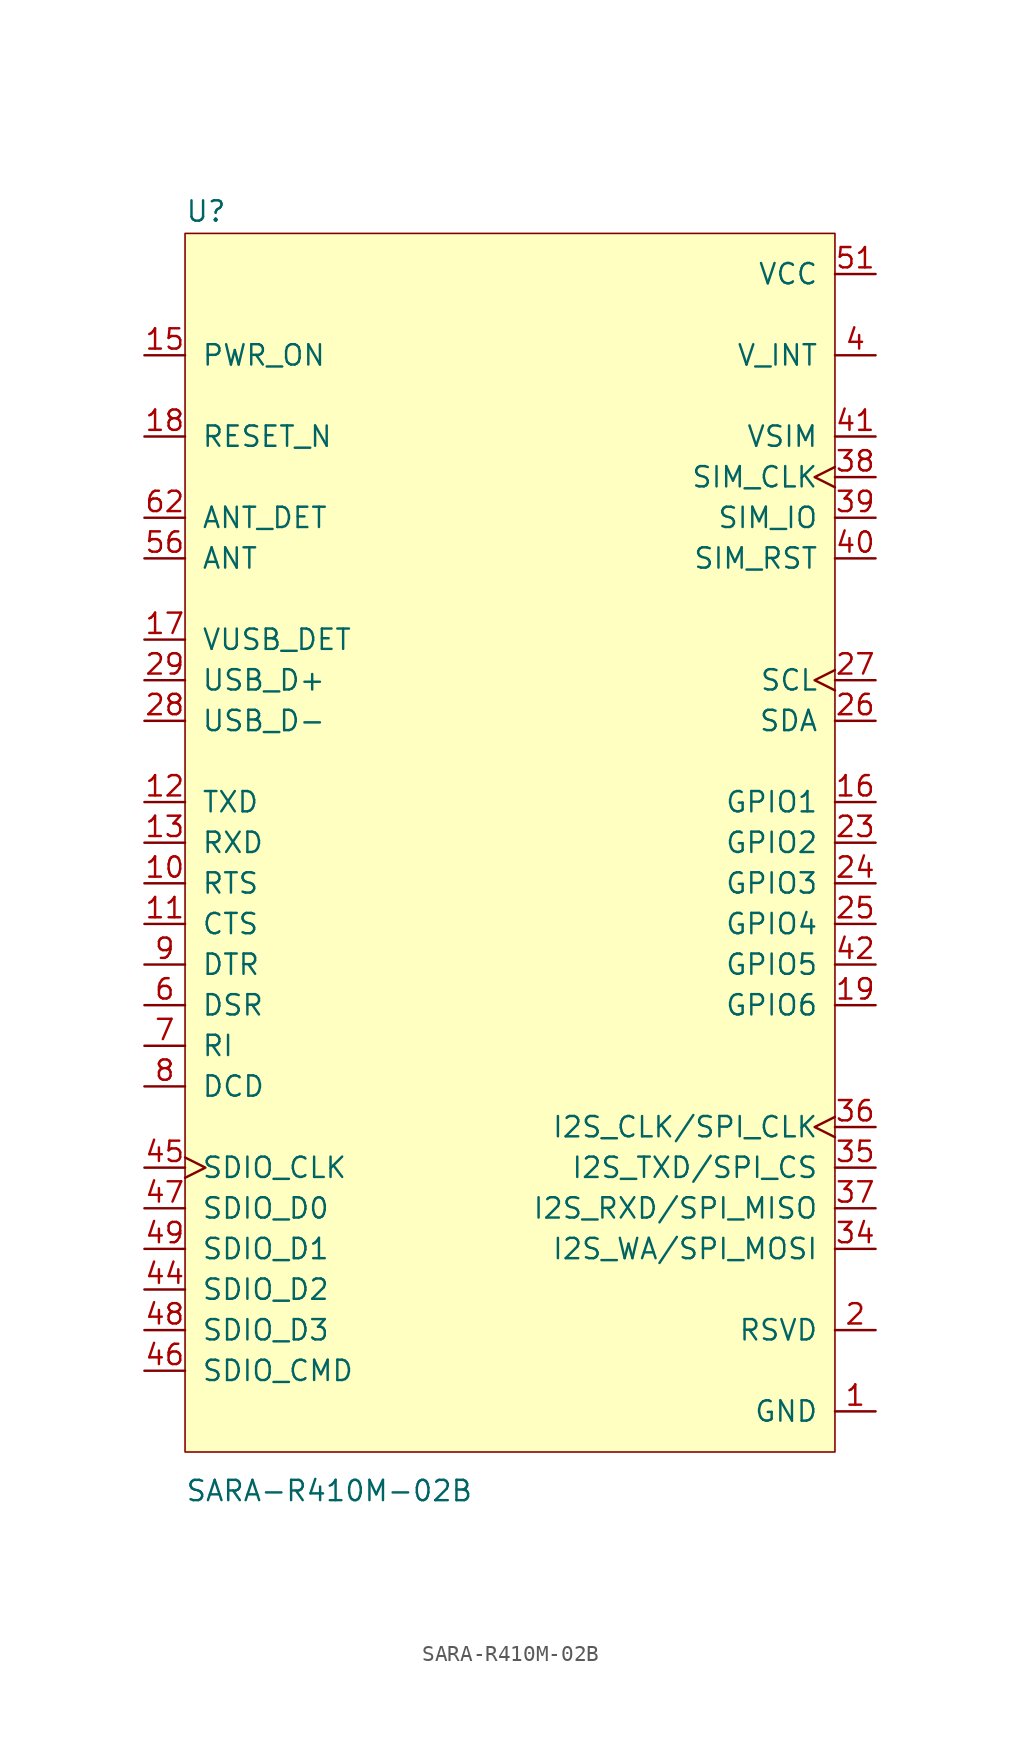
<source format=kicad_sym>
(kicad_symbol_lib
  (version 20220914)
  (generator kicad_symbol_editor)
  (symbol "SARA-R410M-02B"
    (pin_names
      (offset 1.016))
    (property "Reference" "U"
      (at -20.32 38.735 0)
      (effects (font (size 1.27 1.27)) (justify left bottom)))
    (property "Value" "SARA-R410M-02B"
      (at -20.32 -41.275 0)
      (effects (font (size 1.27 1.27)) (justify left bottom)))
    (symbol "SARA-R410M-02B_0_0"
      (rectangle (start -20.32 -38.1) (end 20.32 38.1) (stroke (width 0.1) (type default)) (fill (type background)))
      (pin power_in line (at 22.86 -35.56 180) (length 2.54) (name "GND" (effects (font (size 1.27 1.27)))) (number "1" (effects (font (size 1.27 1.27)))))
      (pin input line (at -22.86 -2.54 0) (length 2.54) (name "RTS" (effects (font (size 1.27 1.27)))) (number "10" (effects (font (size 1.27 1.27)))))
      (pin output line (at -22.86 -5.08 0) (length 2.54) (name "CTS" (effects (font (size 1.27 1.27)))) (number "11" (effects (font (size 1.27 1.27)))))
      (pin input line (at -22.86 2.54 0) (length 2.54) (name "TXD" (effects (font (size 1.27 1.27)))) (number "12" (effects (font (size 1.27 1.27)))))
      (pin output line (at -22.86 0 0) (length 2.54) (name "RXD" (effects (font (size 1.27 1.27)))) (number "13" (effects (font (size 1.27 1.27)))))
      (pin power_in line (at 22.86 -35.56 180) (length 2.54) hide (name "GND" (effects (font (size 1.016 1.016)))) (number "14" (effects (font (size 1.016 1.016)))))
      (pin input line (at -22.86 30.48 0) (length 2.54) (name "PWR_ON" (effects (font (size 1.27 1.27)))) (number "15" (effects (font (size 1.27 1.27)))))
      (pin bidirectional line (at 22.86 2.54 180) (length 2.54) (name "GPIO1" (effects (font (size 1.27 1.27)))) (number "16" (effects (font (size 1.27 1.27)))))
      (pin input line (at -22.86 12.7 0) (length 2.54) (name "VUSB_DET" (effects (font (size 1.27 1.27)))) (number "17" (effects (font (size 1.27 1.27)))))
      (pin input line (at -22.86 25.4 0) (length 2.54) (name "RESET_N" (effects (font (size 1.27 1.27)))) (number "18" (effects (font (size 1.27 1.27)))))
      (pin bidirectional line (at 22.86 -10.16 180) (length 2.54) (name "GPIO6" (effects (font (size 1.27 1.27)))) (number "19" (effects (font (size 1.27 1.27)))))
      (pin passive line (at 22.86 -30.48 180) (length 2.54) (name "RSVD" (effects (font (size 1.27 1.27)))) (number "2" (effects (font (size 1.27 1.27)))))
      (pin power_in line (at 22.86 -35.56 180) (length 2.54) hide (name "GND" (effects (font (size 1.016 1.016)))) (number "20" (effects (font (size 1.016 1.016)))))
      (pin power_in line (at 22.86 -35.56 180) (length 2.54) hide (name "GND" (effects (font (size 1.016 1.016)))) (number "21" (effects (font (size 1.016 1.016)))))
      (pin power_in line (at 22.86 -35.56 180) (length 2.54) hide (name "GND" (effects (font (size 1.016 1.016)))) (number "22" (effects (font (size 1.016 1.016)))))
      (pin bidirectional line (at 22.86 0 180) (length 2.54) (name "GPIO2" (effects (font (size 1.27 1.27)))) (number "23" (effects (font (size 1.27 1.27)))))
      (pin bidirectional line (at 22.86 -2.54 180) (length 2.54) (name "GPIO3" (effects (font (size 1.27 1.27)))) (number "24" (effects (font (size 1.27 1.27)))))
      (pin bidirectional line (at 22.86 -5.08 180) (length 2.54) (name "GPIO4" (effects (font (size 1.27 1.27)))) (number "25" (effects (font (size 1.27 1.27)))))
      (pin bidirectional line (at 22.86 7.62 180) (length 2.54) (name "SDA" (effects (font (size 1.27 1.27)))) (number "26" (effects (font (size 1.27 1.27)))))
      (pin output clock (at 22.86 10.16 180) (length 2.54) (name "SCL" (effects (font (size 1.27 1.27)))) (number "27" (effects (font (size 1.27 1.27)))))
      (pin bidirectional line (at -22.86 7.62 0) (length 2.54) (name "USB_D-" (effects (font (size 1.27 1.27)))) (number "28" (effects (font (size 1.27 1.27)))))
      (pin bidirectional line (at -22.86 10.16 0) (length 2.54) (name "USB_D+" (effects (font (size 1.27 1.27)))) (number "29" (effects (font (size 1.27 1.27)))))
      (pin power_in line (at 22.86 -35.56 180) (length 2.54) hide (name "GND" (effects (font (size 1.016 1.016)))) (number "3" (effects (font (size 1.016 1.016)))))
      (pin power_in line (at 22.86 -35.56 180) (length 2.54) hide (name "GND" (effects (font (size 1.016 1.016)))) (number "30" (effects (font (size 1.016 1.016)))))
      (pin passive line (at 22.86 -30.48 180) (length 2.54) hide (name "RSVD" (effects (font (size 1.27 1.27)))) (number "31" (effects (font (size 1.27 1.27)))))
      (pin power_in line (at 22.86 -35.56 180) (length 2.54) hide (name "GND" (effects (font (size 1.016 1.016)))) (number "32" (effects (font (size 1.016 1.016)))))
      (pin power_in line (at 22.86 -35.56 180) (length 2.54) hide (name "GND" (effects (font (size 1.016 1.016)))) (number "33" (effects (font (size 1.016 1.016)))))
      (pin output line (at 22.86 -25.4 180) (length 2.54) (name "I2S_WA/SPI_MOSI" (effects (font (size 1.27 1.27)))) (number "34" (effects (font (size 1.27 1.27)))))
      (pin output line (at 22.86 -20.32 180) (length 2.54) (name "I2S_TXD/SPI_CS" (effects (font (size 1.27 1.27)))) (number "35" (effects (font (size 1.27 1.27)))))
      (pin output clock (at 22.86 -17.78 180) (length 2.54) (name "I2S_CLK/SPI_CLK" (effects (font (size 1.27 1.27)))) (number "36" (effects (font (size 1.27 1.27)))))
      (pin input line (at 22.86 -22.86 180) (length 2.54) (name "I2S_RXD/SPI_MISO" (effects (font (size 1.27 1.27)))) (number "37" (effects (font (size 1.27 1.27)))))
      (pin output clock (at 22.86 22.86 180) (length 2.54) (name "SIM_CLK" (effects (font (size 1.27 1.27)))) (number "38" (effects (font (size 1.27 1.27)))))
      (pin bidirectional line (at 22.86 20.32 180) (length 2.54) (name "SIM_IO" (effects (font (size 1.27 1.27)))) (number "39" (effects (font (size 1.27 1.27)))))
      (pin output line (at 22.86 30.48 180) (length 2.54) (name "V_INT" (effects (font (size 1.27 1.27)))) (number "4" (effects (font (size 1.27 1.27)))))
      (pin output line (at 22.86 17.78 180) (length 2.54) (name "SIM_RST" (effects (font (size 1.27 1.27)))) (number "40" (effects (font (size 1.27 1.27)))))
      (pin output line (at 22.86 25.4 180) (length 2.54) (name "VSIM" (effects (font (size 1.27 1.27)))) (number "41" (effects (font (size 1.27 1.27)))))
      (pin bidirectional line (at 22.86 -7.62 180) (length 2.54) (name "GPIO5" (effects (font (size 1.27 1.27)))) (number "42" (effects (font (size 1.27 1.27)))))
      (pin power_in line (at 22.86 -35.56 180) (length 2.54) hide (name "GND" (effects (font (size 1.016 1.016)))) (number "43" (effects (font (size 1.016 1.016)))))
      (pin bidirectional line (at -22.86 -27.94 0) (length 2.54) (name "SDIO_D2" (effects (font (size 1.27 1.27)))) (number "44" (effects (font (size 1.27 1.27)))))
      (pin output clock (at -22.86 -20.32 0) (length 2.54) (name "SDIO_CLK" (effects (font (size 1.27 1.27)))) (number "45" (effects (font (size 1.27 1.27)))))
      (pin bidirectional line (at -22.86 -33.02 0) (length 2.54) (name "SDIO_CMD" (effects (font (size 1.27 1.27)))) (number "46" (effects (font (size 1.27 1.27)))))
      (pin bidirectional line (at -22.86 -22.86 0) (length 2.54) (name "SDIO_D0" (effects (font (size 1.27 1.27)))) (number "47" (effects (font (size 1.27 1.27)))))
      (pin bidirectional line (at -22.86 -30.48 0) (length 2.54) (name "SDIO_D3" (effects (font (size 1.27 1.27)))) (number "48" (effects (font (size 1.27 1.27)))))
      (pin bidirectional line (at -22.86 -25.4 0) (length 2.54) (name "SDIO_D1" (effects (font (size 1.27 1.27)))) (number "49" (effects (font (size 1.27 1.27)))))
      (pin power_in line (at 22.86 -35.56 180) (length 2.54) hide (name "GND" (effects (font (size 1.016 1.016)))) (number "5" (effects (font (size 1.016 1.016)))))
      (pin power_in line (at 22.86 -35.56 180) (length 2.54) hide (name "GND" (effects (font (size 1.016 1.016)))) (number "50" (effects (font (size 1.016 1.016)))))
      (pin power_in line (at 22.86 35.56 180) (length 2.54) (name "VCC" (effects (font (size 1.27 1.27)))) (number "51" (effects (font (size 1.27 1.27)))))
      (pin power_in line (at 22.86 35.56 180) (length 2.54) hide (name "VCC" (effects (font (size 1.27 1.27)))) (number "52" (effects (font (size 1.27 1.27)))))
      (pin power_in line (at 22.86 35.56 180) (length 2.54) hide (name "VCC" (effects (font (size 1.27 1.27)))) (number "53" (effects (font (size 1.27 1.27)))))
      (pin power_in line (at 22.86 -35.56 180) (length 2.54) hide (name "GND" (effects (font (size 1.016 1.016)))) (number "54" (effects (font (size 1.016 1.016)))))
      (pin power_in line (at 22.86 -35.56 180) (length 2.54) hide (name "GND" (effects (font (size 1.016 1.016)))) (number "55" (effects (font (size 1.016 1.016)))))
      (pin bidirectional line (at -22.86 17.78 0) (length 2.54) (name "ANT" (effects (font (size 1.27 1.27)))) (number "56" (effects (font (size 1.27 1.27)))))
      (pin power_in line (at 22.86 -35.56 180) (length 2.54) hide (name "GND" (effects (font (size 1.016 1.016)))) (number "57" (effects (font (size 1.016 1.016)))))
      (pin power_in line (at 22.86 -35.56 180) (length 2.54) hide (name "GND" (effects (font (size 1.016 1.016)))) (number "58" (effects (font (size 1.016 1.016)))))
      (pin power_in line (at 22.86 -35.56 180) (length 2.54) hide (name "GND" (effects (font (size 1.016 1.016)))) (number "59" (effects (font (size 1.016 1.016)))))
      (pin output line (at -22.86 -10.16 0) (length 2.54) (name "DSR" (effects (font (size 1.27 1.27)))) (number "6" (effects (font (size 1.27 1.27)))))
      (pin power_in line (at 22.86 -35.56 180) (length 2.54) hide (name "GND" (effects (font (size 1.016 1.016)))) (number "60" (effects (font (size 1.016 1.016)))))
      (pin power_in line (at 22.86 -35.56 180) (length 2.54) hide (name "GND" (effects (font (size 1.016 1.016)))) (number "61" (effects (font (size 1.016 1.016)))))
      (pin input line (at -22.86 20.32 0) (length 2.54) (name "ANT_DET" (effects (font (size 1.27 1.27)))) (number "62" (effects (font (size 1.27 1.27)))))
      (pin power_in line (at 22.86 -35.56 180) (length 2.54) hide (name "GND" (effects (font (size 1.016 1.016)))) (number "63" (effects (font (size 1.016 1.016)))))
      (pin power_in line (at 22.86 -35.56 180) (length 2.54) hide (name "GND" (effects (font (size 1.016 1.016)))) (number "64" (effects (font (size 1.016 1.016)))))
      (pin power_in line (at 22.86 -35.56 180) (length 2.54) hide (name "GND" (effects (font (size 1.016 1.016)))) (number "65" (effects (font (size 1.016 1.016)))))
      (pin power_in line (at 22.86 -35.56 180) (length 2.54) hide (name "GND" (effects (font (size 1.016 1.016)))) (number "66" (effects (font (size 1.016 1.016)))))
      (pin power_in line (at 22.86 -35.56 180) (length 2.54) hide (name "GND" (effects (font (size 1.016 1.016)))) (number "67" (effects (font (size 1.016 1.016)))))
      (pin power_in line (at 22.86 -35.56 180) (length 2.54) hide (name "GND" (effects (font (size 1.016 1.016)))) (number "68" (effects (font (size 1.016 1.016)))))
      (pin power_in line (at 22.86 -35.56 180) (length 2.54) hide (name "GND" (effects (font (size 1.016 1.016)))) (number "69" (effects (font (size 1.016 1.016)))))
      (pin output line (at -22.86 -12.7 0) (length 2.54) (name "RI" (effects (font (size 1.27 1.27)))) (number "7" (effects (font (size 1.27 1.27)))))
      (pin power_in line (at 22.86 -35.56 180) (length 2.54) hide (name "GND" (effects (font (size 1.016 1.016)))) (number "70" (effects (font (size 1.016 1.016)))))
      (pin power_in line (at 22.86 -35.56 180) (length 2.54) hide (name "GND" (effects (font (size 1.016 1.016)))) (number "71" (effects (font (size 1.016 1.016)))))
      (pin power_in line (at 22.86 -35.56 180) (length 2.54) hide (name "GND" (effects (font (size 1.016 1.016)))) (number "72" (effects (font (size 1.016 1.016)))))
      (pin power_in line (at 22.86 -35.56 180) (length 2.54) hide (name "GND" (effects (font (size 1.016 1.016)))) (number "73" (effects (font (size 1.016 1.016)))))
      (pin power_in line (at 22.86 -35.56 180) (length 2.54) hide (name "GND" (effects (font (size 1.016 1.016)))) (number "74" (effects (font (size 1.016 1.016)))))
      (pin power_in line (at 22.86 -35.56 180) (length 2.54) hide (name "GND" (effects (font (size 1.016 1.016)))) (number "75" (effects (font (size 1.016 1.016)))))
      (pin power_in line (at 22.86 -35.56 180) (length 2.54) hide (name "GND" (effects (font (size 1.016 1.016)))) (number "76" (effects (font (size 1.016 1.016)))))
      (pin power_in line (at 22.86 -35.56 180) (length 2.54) hide (name "GND" (effects (font (size 1.016 1.016)))) (number "77" (effects (font (size 1.016 1.016)))))
      (pin power_in line (at 22.86 -35.56 180) (length 2.54) hide (name "GND" (effects (font (size 1.016 1.016)))) (number "78" (effects (font (size 1.016 1.016)))))
      (pin power_in line (at 22.86 -35.56 180) (length 2.54) hide (name "GND" (effects (font (size 1.016 1.016)))) (number "79" (effects (font (size 1.016 1.016)))))
      (pin output line (at -22.86 -15.24 0) (length 2.54) (name "DCD" (effects (font (size 1.27 1.27)))) (number "8" (effects (font (size 1.27 1.27)))))
      (pin power_in line (at 22.86 -35.56 180) (length 2.54) hide (name "GND" (effects (font (size 1.016 1.016)))) (number "80" (effects (font (size 1.016 1.016)))))
      (pin power_in line (at 22.86 -35.56 180) (length 2.54) hide (name "GND" (effects (font (size 1.016 1.016)))) (number "81" (effects (font (size 1.016 1.016)))))
      (pin power_in line (at 22.86 -35.56 180) (length 2.54) hide (name "GND" (effects (font (size 1.016 1.016)))) (number "82" (effects (font (size 1.016 1.016)))))
      (pin power_in line (at 22.86 -35.56 180) (length 2.54) hide (name "GND" (effects (font (size 1.016 1.016)))) (number "83" (effects (font (size 1.016 1.016)))))
      (pin power_in line (at 22.86 -35.56 180) (length 2.54) hide (name "GND" (effects (font (size 1.016 1.016)))) (number "84" (effects (font (size 1.016 1.016)))))
      (pin power_in line (at 22.86 -35.56 180) (length 2.54) hide (name "GND" (effects (font (size 1.016 1.016)))) (number "85" (effects (font (size 1.016 1.016)))))
      (pin power_in line (at 22.86 -35.56 180) (length 2.54) hide (name "GND" (effects (font (size 1.016 1.016)))) (number "86" (effects (font (size 1.016 1.016)))))
      (pin power_in line (at 22.86 -35.56 180) (length 2.54) hide (name "GND" (effects (font (size 1.016 1.016)))) (number "87" (effects (font (size 1.016 1.016)))))
      (pin power_in line (at 22.86 -35.56 180) (length 2.54) hide (name "GND" (effects (font (size 1.016 1.016)))) (number "88" (effects (font (size 1.016 1.016)))))
      (pin power_in line (at 22.86 -35.56 180) (length 2.54) hide (name "GND" (effects (font (size 1.016 1.016)))) (number "89" (effects (font (size 1.016 1.016)))))
      (pin input line (at -22.86 -7.62 0) (length 2.54) (name "DTR" (effects (font (size 1.27 1.27)))) (number "9" (effects (font (size 1.27 1.27)))))
      (pin power_in line (at 22.86 -35.56 180) (length 2.54) hide (name "GND" (effects (font (size 1.016 1.016)))) (number "90" (effects (font (size 1.016 1.016)))))
      (pin power_in line (at 22.86 -35.56 180) (length 2.54) hide (name "GND" (effects (font (size 1.016 1.016)))) (number "91" (effects (font (size 1.016 1.016)))))
      (pin power_in line (at 22.86 -35.56 180) (length 2.54) hide (name "GND" (effects (font (size 1.016 1.016)))) (number "92" (effects (font (size 1.016 1.016)))))
      (pin power_in line (at 22.86 -35.56 180) (length 2.54) hide (name "GND" (effects (font (size 1.016 1.016)))) (number "93" (effects (font (size 1.016 1.016)))))
      (pin power_in line (at 22.86 -35.56 180) (length 2.54) hide (name "GND" (effects (font (size 1.016 1.016)))) (number "94" (effects (font (size 1.016 1.016)))))
      (pin power_in line (at 22.86 -35.56 180) (length 2.54) hide (name "GND" (effects (font (size 1.016 1.016)))) (number "95" (effects (font (size 1.016 1.016)))))
      (pin power_in line (at 22.86 -35.56 180) (length 2.54) hide (name "GND" (effects (font (size 1.016 1.016)))) (number "96" (effects (font (size 1.016 1.016))))))))
</source>
